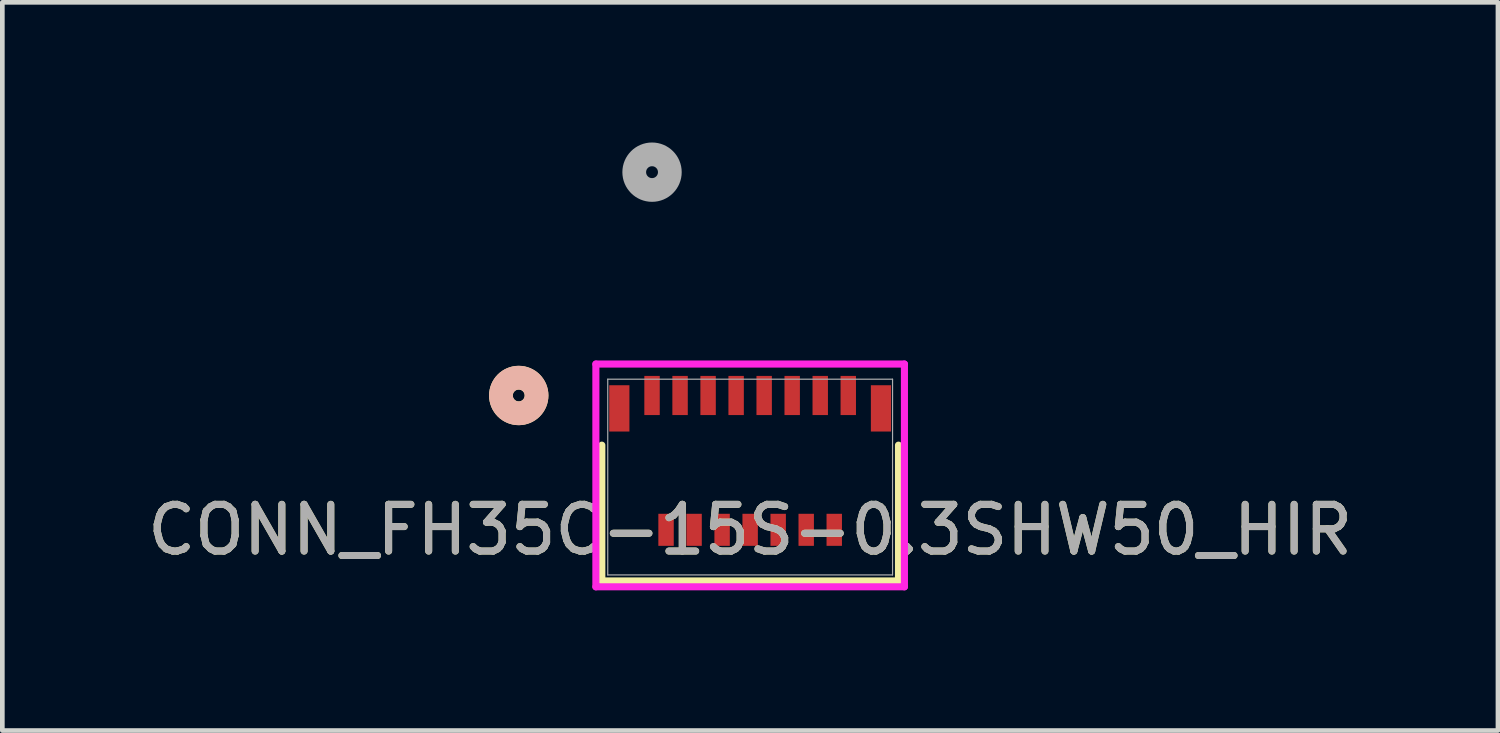
<source format=kicad_pcb>
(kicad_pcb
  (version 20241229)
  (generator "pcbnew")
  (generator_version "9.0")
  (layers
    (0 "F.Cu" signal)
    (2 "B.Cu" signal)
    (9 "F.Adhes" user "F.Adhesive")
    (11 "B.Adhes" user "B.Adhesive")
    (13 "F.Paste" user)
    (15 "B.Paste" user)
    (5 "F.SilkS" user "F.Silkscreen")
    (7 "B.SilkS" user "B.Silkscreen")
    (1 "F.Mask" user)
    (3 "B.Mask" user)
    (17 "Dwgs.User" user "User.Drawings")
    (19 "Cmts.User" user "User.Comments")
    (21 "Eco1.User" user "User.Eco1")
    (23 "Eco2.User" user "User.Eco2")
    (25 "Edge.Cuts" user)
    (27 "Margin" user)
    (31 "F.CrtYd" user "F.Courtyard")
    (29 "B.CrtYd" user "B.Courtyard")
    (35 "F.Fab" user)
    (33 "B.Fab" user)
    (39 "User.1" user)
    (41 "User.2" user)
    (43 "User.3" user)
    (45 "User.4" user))
  (footprint "CONN_FH35C-15S-0.3SHW50_HIR"
    (layer "F.Cu")
    (at 13.006 7.161)
    (property "Reference" "CONN_FH35C-15S-0.3SHW50_HIR" (at 0 1.129 0) (unlocked yes) (layer "F.SilkS") (effects (font (size 1 1) (thickness 0.15))))
    (attr smd)
    (fp_line (start -3.175 -0.683) (end -3.175 2.223) (stroke (width 0.152) (type solid)) (layer "F.SilkS"))
    (fp_line (start -3.175 2.223) (end 3.175 2.223) (stroke (width 0.152) (type solid)) (layer "F.SilkS"))
    (fp_line (start 3.175 2.223) (end 3.175 -0.683) (stroke (width 0.152) (type solid)) (layer "F.SilkS"))
    (fp_circle (center -4.953 -1.746) (end -4.572 -1.746) (stroke (width 0.508) (type solid)) (fill no) (layer "F.SilkS"))
    (fp_circle (center -4.953 -1.746) (end -4.572 -1.746) (stroke (width 0.508) (type solid)) (fill no) (layer "B.SilkS"))
    (fp_line (start -3.302 -2.419) (end -3.302 2.349) (stroke (width 0.152) (type solid)) (layer "F.CrtYd"))
    (fp_line (start -3.302 2.349) (end 3.302 2.349) (stroke (width 0.152) (type solid)) (layer "F.CrtYd"))
    (fp_line (start 3.302 -2.419) (end -3.302 -2.419) (stroke (width 0.152) (type solid)) (layer "F.CrtYd"))
    (fp_line (start 3.302 2.349) (end 3.302 -2.419) (stroke (width 0.152) (type solid)) (layer "F.CrtYd"))
    (fp_line (start -3.048 -2.095) (end -3.048 2.095) (stroke (width 0.025) (type solid)) (layer "F.Fab"))
    (fp_line (start -3.048 2.095) (end 3.048 2.095) (stroke (width 0.025) (type solid)) (layer "F.Fab"))
    (fp_line (start 3.048 -2.095) (end -3.048 -2.095) (stroke (width 0.025) (type solid)) (layer "F.Fab"))
    (fp_line (start 3.048 2.095) (end 3.048 -2.095) (stroke (width 0.025) (type solid)) (layer "F.Fab"))
    (fp_circle (center -2.1 -6.526) (end -1.719 -6.526) (stroke (width 0.508) (type solid)) (fill no) (layer "F.Fab"))
    (fp_text user "${REFERENCE}" (at 0 1.129 0) (unlocked yes) (layer "F.Fab") (effects (font (size 1 1) (thickness 0.15))))
    (pad "1" smd rect (at -2.1 -1.746) (size 0.33 0.838) (layers "F.Cu" "F.Mask" "F.Paste"))
    (pad "2" smd rect (at -1.8 1.129) (size 0.33 0.686) (layers "F.Cu" "F.Mask" "F.Paste"))
    (pad "3" smd rect (at -1.5 -1.746) (size 0.33 0.838) (layers "F.Cu" "F.Mask" "F.Paste"))
    (pad "4" smd rect (at -1.2 1.129) (size 0.33 0.686) (layers "F.Cu" "F.Mask" "F.Paste"))
    (pad "5" smd rect (at -0.9 -1.746) (size 0.33 0.838) (layers "F.Cu" "F.Mask" "F.Paste"))
    (pad "6" smd rect (at -0.6 1.129) (size 0.33 0.686) (layers "F.Cu" "F.Mask" "F.Paste"))
    (pad "7" smd rect (at -0.3 -1.746) (size 0.33 0.838) (layers "F.Cu" "F.Mask" "F.Paste"))
    (pad "8" smd rect (at 0 1.129) (size 0.33 0.686) (layers "F.Cu" "F.Mask" "F.Paste"))
    (pad "9" smd rect (at 0.3 -1.746) (size 0.33 0.838) (layers "F.Cu" "F.Mask" "F.Paste"))
    (pad "10" smd rect (at 0.6 1.129) (size 0.33 0.686) (layers "F.Cu" "F.Mask" "F.Paste"))
    (pad "11" smd rect (at 0.9 -1.746) (size 0.33 0.838) (layers "F.Cu" "F.Mask" "F.Paste"))
    (pad "12" smd rect (at 1.2 1.129) (size 0.33 0.686) (layers "F.Cu" "F.Mask" "F.Paste"))
    (pad "13" smd rect (at 1.5 -1.746) (size 0.33 0.838) (layers "F.Cu" "F.Mask" "F.Paste"))
    (pad "14" smd rect (at 1.8 1.129) (size 0.33 0.686) (layers "F.Cu" "F.Mask" "F.Paste"))
    (pad "15" smd rect (at 2.1 -1.746) (size 0.33 0.838) (layers "F.Cu" "F.Mask" "F.Paste"))
    (pad "16" smd rect (at -2.8 -1.47) (size 0.432 0.991) (layers "F.Cu" "F.Mask" "F.Paste"))
    (pad "17" smd rect (at 2.8 -1.47) (size 0.432 0.991) (layers "F.Cu" "F.Mask" "F.Paste")))
  (gr_rect
    (start -3 -3)
    (end 29.012 12.586)
    (stroke (width 0.1) (type default))
    (fill no)
    (layer "Edge.Cuts")))
</source>
